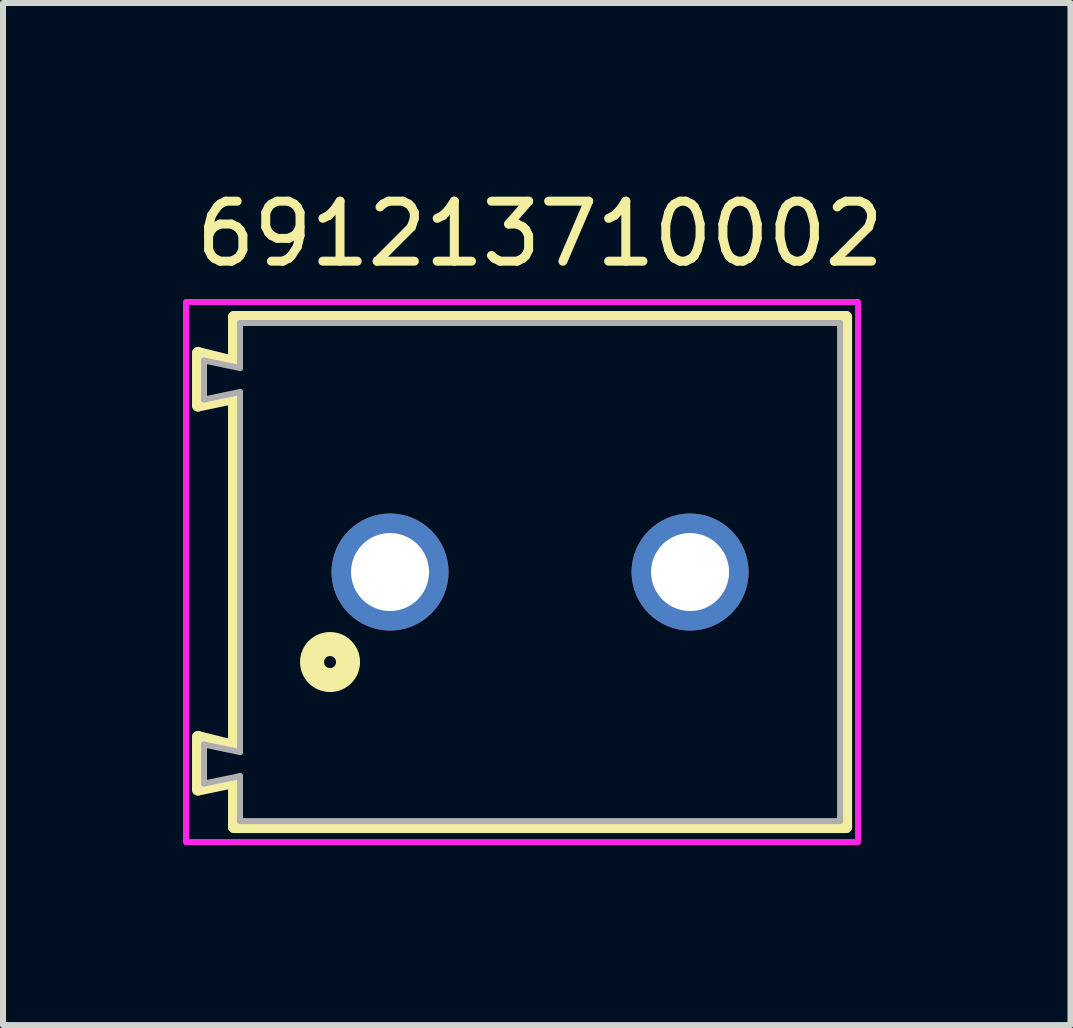
<source format=kicad_pcb>
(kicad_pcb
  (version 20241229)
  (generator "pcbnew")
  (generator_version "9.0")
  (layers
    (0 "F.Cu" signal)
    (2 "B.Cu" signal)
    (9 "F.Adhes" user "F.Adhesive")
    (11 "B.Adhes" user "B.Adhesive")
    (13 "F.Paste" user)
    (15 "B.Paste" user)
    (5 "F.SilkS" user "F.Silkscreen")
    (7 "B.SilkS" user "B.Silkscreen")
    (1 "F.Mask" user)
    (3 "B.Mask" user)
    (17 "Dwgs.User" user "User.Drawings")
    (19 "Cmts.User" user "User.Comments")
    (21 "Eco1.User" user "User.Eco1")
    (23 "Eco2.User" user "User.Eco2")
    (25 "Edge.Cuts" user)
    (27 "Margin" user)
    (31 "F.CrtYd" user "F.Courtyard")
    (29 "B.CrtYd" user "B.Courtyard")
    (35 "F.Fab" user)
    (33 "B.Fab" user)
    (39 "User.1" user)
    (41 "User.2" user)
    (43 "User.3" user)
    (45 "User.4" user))
  (footprint "691213710002"
    (layer "F.Cu")
    (at 5.95 6.483)
    (property "Reference" "691213710002" (at 0 -5.635 0) (layer "F.SilkS") (effects (font (size 1 1) (thickness 0.15))))
    (attr through_hole)
    (fp_line (start -5.7 -3.65) (end -5.1 -3.5) (stroke (width 0.2) (type solid)) (layer "F.SilkS"))
    (fp_line (start -5.7 -2.775) (end -5.7 -3.65) (stroke (width 0.2) (type solid)) (layer "F.SilkS"))
    (fp_line (start -5.7 2.75) (end -5.1 2.9) (stroke (width 0.2) (type solid)) (layer "F.SilkS"))
    (fp_line (start -5.7 3.625) (end -5.7 2.75) (stroke (width 0.2) (type solid)) (layer "F.SilkS"))
    (fp_line (start -5.1 -4.25) (end 5.1 -4.25) (stroke (width 0.2) (type solid)) (layer "F.SilkS"))
    (fp_line (start -5.1 -3.5) (end -5.1 -4.25) (stroke (width 0.2) (type solid)) (layer "F.SilkS"))
    (fp_line (start -5.1 -2.9) (end -5.7 -2.775) (stroke (width 0.2) (type solid)) (layer "F.SilkS"))
    (fp_line (start -5.1 2.9) (end -5.1 -2.9) (stroke (width 0.2) (type solid)) (layer "F.SilkS"))
    (fp_line (start -5.1 3.5) (end -5.7 3.625) (stroke (width 0.2) (type solid)) (layer "F.SilkS"))
    (fp_line (start -5.1 4.25) (end -5.1 3.5) (stroke (width 0.2) (type solid)) (layer "F.SilkS"))
    (fp_line (start 5.1 -4.25) (end 5.1 4.25) (stroke (width 0.2) (type solid)) (layer "F.SilkS"))
    (fp_line (start 5.1 4.25) (end -5.1 4.25) (stroke (width 0.2) (type solid)) (layer "F.SilkS"))
    (fp_circle (center -3.5 1.5) (end -3.4 1.5) (stroke (width 0.4) (type solid)) (fill no) (layer "F.SilkS"))
    (fp_poly (pts (xy -5.9 -4.5) (xy 5.3 -4.5) (xy 5.3 4.5) (xy -5.9 4.5)) (stroke (width 0.1) (type solid)) (fill no) (layer "F.CrtYd"))
    (fp_line (start -5.6 -3.525) (end -5.6 -2.875) (stroke (width 0.1) (type solid)) (layer "F.Fab"))
    (fp_line (start -5.6 -2.875) (end -5 -3) (stroke (width 0.1) (type solid)) (layer "F.Fab"))
    (fp_line (start -5.6 2.875) (end -5.6 3.525) (stroke (width 0.1) (type solid)) (layer "F.Fab"))
    (fp_line (start -5.6 2.875) (end -5 3) (stroke (width 0.1) (type solid)) (layer "F.Fab"))
    (fp_line (start -5.6 3.525) (end -5 3.4) (stroke (width 0.1) (type solid)) (layer "F.Fab"))
    (fp_line (start -5 -4.15) (end -5 -3.4) (stroke (width 0.1) (type solid)) (layer "F.Fab"))
    (fp_line (start -5 -3.4) (end -5.6 -3.525) (stroke (width 0.1) (type solid)) (layer "F.Fab"))
    (fp_line (start -5 -3) (end -5 3) (stroke (width 0.1) (type solid)) (layer "F.Fab"))
    (fp_line (start -5 3.4) (end -5 4.15) (stroke (width 0.1) (type solid)) (layer "F.Fab"))
    (fp_line (start -5 4.15) (end 5 4.15) (stroke (width 0.1) (type solid)) (layer "F.Fab"))
    (fp_line (start 5 -4.15) (end -5 -4.15) (stroke (width 0.1) (type solid)) (layer "F.Fab"))
    (fp_line (start 5 4.15) (end 5 -4.15) (stroke (width 0.1) (type solid)) (layer "F.Fab"))
    (pad "1" thru_hole circle (at -2.5 0) (size 1.95 1.95) (drill 1.3) (layers "*.Cu" "*.Mask"))
    (pad "2" thru_hole circle (at 2.5 0) (size 1.95 1.95) (drill 1.3) (layers "*.Cu" "*.Mask")))
  (gr_rect
    (start -3 -3)
    (end 14.789 14.033)
    (stroke (width 0.1) (type default))
    (fill no)
    (layer "Edge.Cuts")))
</source>
